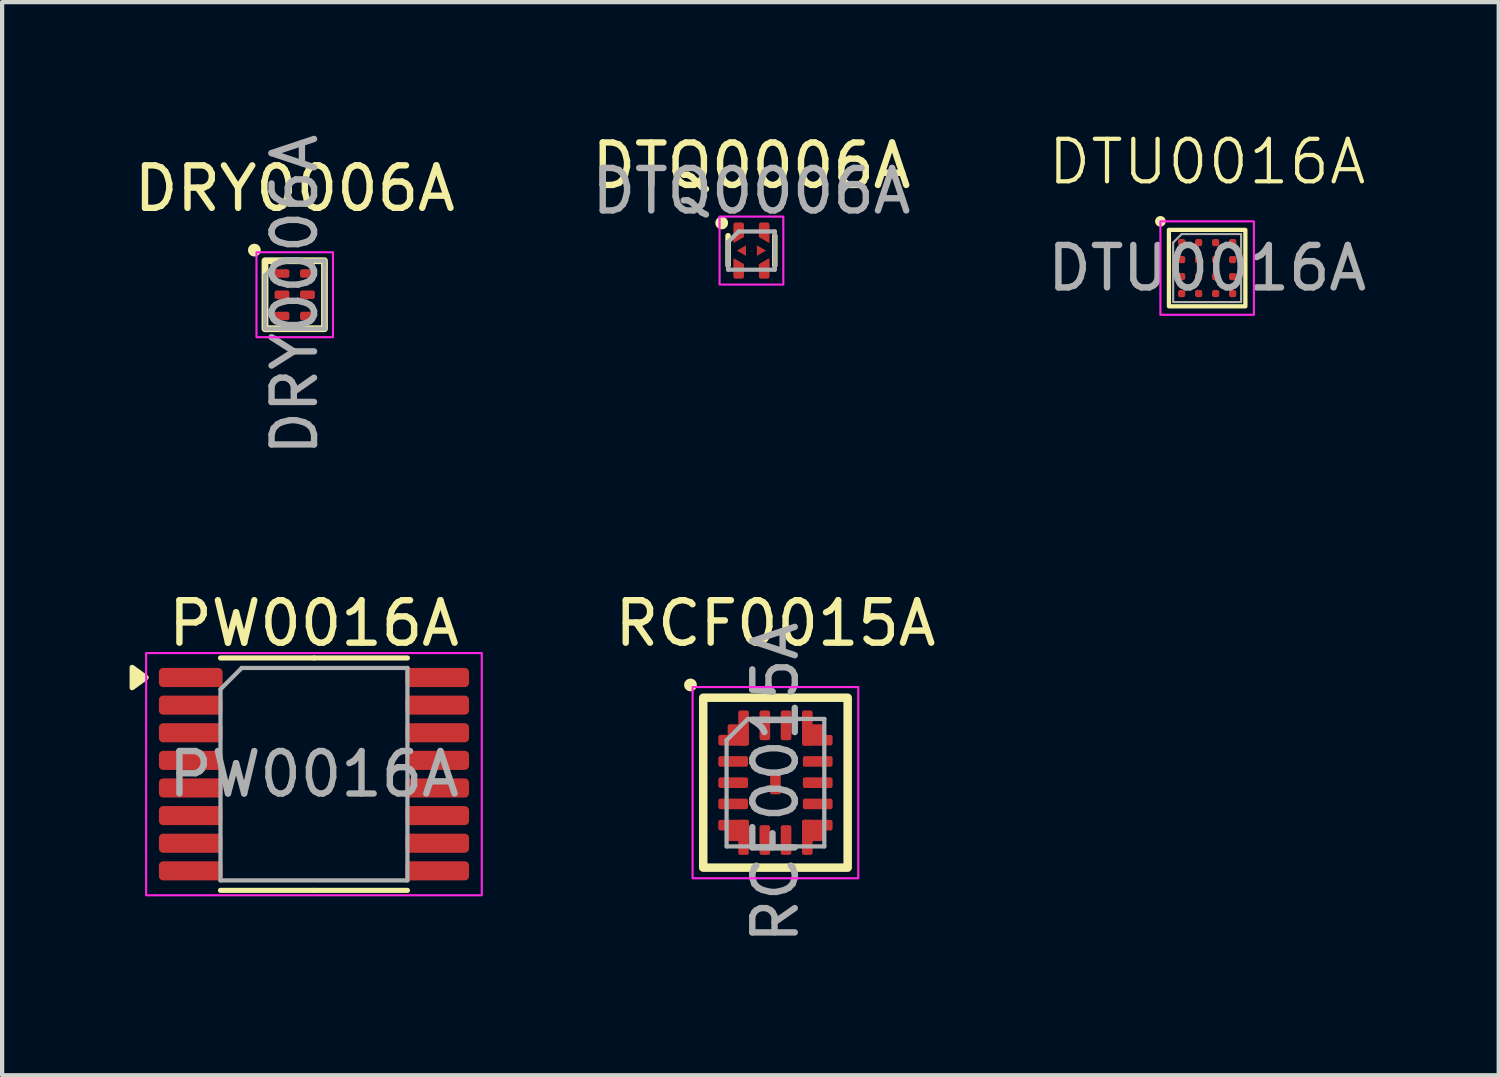
<source format=kicad_pcb>
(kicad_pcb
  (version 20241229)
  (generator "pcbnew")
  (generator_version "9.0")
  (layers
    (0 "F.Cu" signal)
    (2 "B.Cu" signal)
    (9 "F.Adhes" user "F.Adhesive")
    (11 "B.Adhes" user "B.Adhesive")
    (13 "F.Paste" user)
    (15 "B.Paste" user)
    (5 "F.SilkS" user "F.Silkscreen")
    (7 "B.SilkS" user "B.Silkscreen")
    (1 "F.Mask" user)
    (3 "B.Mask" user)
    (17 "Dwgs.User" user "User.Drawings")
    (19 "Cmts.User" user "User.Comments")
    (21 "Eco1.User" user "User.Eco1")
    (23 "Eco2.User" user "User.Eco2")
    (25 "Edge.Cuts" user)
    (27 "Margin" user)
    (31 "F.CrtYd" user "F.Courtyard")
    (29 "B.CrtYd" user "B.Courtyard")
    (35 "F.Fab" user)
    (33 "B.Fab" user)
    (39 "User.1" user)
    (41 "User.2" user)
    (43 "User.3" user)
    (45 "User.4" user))
  (footprint "RCF0015A"
    (layer "F.Cu")
    (at 15.202 15.372)
    (property "Reference" "RCF0015A" (at 0 -3.75 0) (unlocked yes) (layer "F.SilkS") (effects (font (size 1 1) (thickness 0.15))))
    (attr smd)
    (fp_rect (start -1.7 -2) (end 1.7 2) (stroke (width 0.2) (type default)) (fill no) (layer "F.SilkS"))
    (fp_circle (center -2 -2.3) (end -1.9 -2.3) (stroke (width 0.1) (type default)) (fill yes) (layer "F.SilkS"))
    (fp_rect (start -1.95 -2.25) (end 1.95 2.25) (stroke (width 0.05) (type default)) (fill no) (layer "F.CrtYd"))
    (fp_line (start -1.15 -1) (end -1.15 1.5) (stroke (width 0.1) (type default)) (layer "F.Fab"))
    (fp_line (start -1.15 1.5) (end 1.15 1.5) (stroke (width 0.1) (type default)) (layer "F.Fab"))
    (fp_line (start -0.65 -1.5) (end -1.15 -1) (stroke (width 0.1) (type default)) (layer "F.Fab"))
    (fp_line (start 1.15 -1.5) (end -0.65 -1.5) (stroke (width 0.1) (type default)) (layer "F.Fab"))
    (fp_line (start 1.15 1.5) (end 1.15 -1.5) (stroke (width 0.1) (type default)) (layer "F.Fab"))
    (fp_text user "${REFERENCE}" (at 0 0 90) (unlocked yes) (layer "F.Fab") (effects (font (size 1 1) (thickness 0.15))))
    (pad "1" smd roundrect (at -0.985 -1) (size 0.72 0.25) (layers "F.Cu" "F.Mask" "F.Paste") (roundrect_rratio 0.2))
    (pad "1" smd roundrect (at -0.875 -1.125 90) (size 0.5 0.5) (layers "F.Cu" "F.Mask" "F.Paste") (roundrect_rratio 0.1))
    (pad "1" smd roundrect (at -0.75 -1.287 90) (size 0.825 0.25) (layers "F.Cu" "F.Mask" "F.Paste") (roundrect_rratio 0.2))
    (pad "2" smd roundrect (at -0.995 -0.5) (size 0.7 0.25) (layers "F.Cu" "F.Mask" "F.Paste") (roundrect_rratio 0.2))
    (pad "3" smd roundrect (at -0.995 0) (size 0.7 0.25) (layers "F.Cu" "F.Mask" "F.Paste") (roundrect_rratio 0.2))
    (pad "4" smd roundrect (at -0.995 0.5) (size 0.7 0.25) (layers "F.Cu" "F.Mask" "F.Paste") (roundrect_rratio 0.2))
    (pad "5" smd roundrect (at -0.985 1) (size 0.72 0.25) (layers "F.Cu" "F.Mask" "F.Paste") (roundrect_rratio 0.2))
    (pad "5" smd roundrect (at -0.875 1.125 270) (size 0.5 0.5) (layers "F.Cu" "F.Mask" "F.Paste") (roundrect_rratio 0.1))
    (pad "5" smd roundrect (at -0.75 1.287 270) (size 0.825 0.25) (layers "F.Cu" "F.Mask" "F.Paste") (roundrect_rratio 0.2))
    (pad "6" smd roundrect (at -0.25 1.35 90) (size 0.7 0.25) (layers "F.Cu" "F.Mask" "F.Paste") (roundrect_rratio 0.2))
    (pad "7" smd roundrect (at 0.25 1.35 90) (size 0.7 0.25) (layers "F.Cu" "F.Mask" "F.Paste") (roundrect_rratio 0.2))
    (pad "8" smd roundrect (at 0.75 1.287 90) (size 0.825 0.25) (layers "F.Cu" "F.Mask" "F.Paste") (roundrect_rratio 0.2))
    (pad "8" smd roundrect (at 0.875 1.125 90) (size 0.5 0.5) (layers "F.Cu" "F.Mask" "F.Paste") (roundrect_rratio 0.1))
    (pad "8" smd roundrect (at 0.985 1) (size 0.72 0.25) (layers "F.Cu" "F.Mask" "F.Paste") (roundrect_rratio 0.2))
    (pad "9" smd roundrect (at 0.995 0.5) (size 0.7 0.25) (layers "F.Cu" "F.Mask" "F.Paste") (roundrect_rratio 0.2))
    (pad "10" smd roundrect (at 0.995 0) (size 0.7 0.25) (layers "F.Cu" "F.Mask" "F.Paste") (roundrect_rratio 0.2))
    (pad "11" smd roundrect (at 0.995 -0.5) (size 0.7 0.25) (layers "F.Cu" "F.Mask" "F.Paste") (roundrect_rratio 0.2))
    (pad "12" smd roundrect (at 0.75 -1.287 270) (size 0.825 0.25) (layers "F.Cu" "F.Mask" "F.Paste") (roundrect_rratio 0.2))
    (pad "12" smd roundrect (at 0.875 -1.125 270) (size 0.5 0.5) (layers "F.Cu" "F.Mask" "F.Paste") (roundrect_rratio 0.1))
    (pad "12" smd roundrect (at 0.985 -1) (size 0.72 0.25) (layers "F.Cu" "F.Mask" "F.Paste") (roundrect_rratio 0.2))
    (pad "13" smd roundrect (at 0.25 -1.349 90) (size 0.7 0.25) (layers "F.Cu" "F.Mask" "F.Paste") (roundrect_rratio 0.2))
    (pad "14" smd roundrect (at -0.25 -1.349 90) (size 0.7 0.25) (layers "F.Cu" "F.Mask" "F.Paste") (roundrect_rratio 0.2))
    (pad "15" smd roundrect (at 0 0) (size 0.25 0.55) (layers "F.Cu" "F.Mask" "F.Paste") (roundrect_rratio 0.15)))
  (footprint "DTQ0006A"
    (layer "F.Cu")
    (at 14.637 2.848)
    (property "Reference" "DTQ0006A" (at 0 -2 0) (unlocked yes) (layer "F.SilkS") (effects (font (size 1 1) (thickness 0.15))))
    (attr smd)
    (fp_line (start -0.55 -0.35) (end -0.55 0.35) (stroke (width 0.13) (type default)) (layer "F.SilkS"))
    (fp_line (start 0.55 -0.35) (end 0.55 0.35) (stroke (width 0.13) (type default)) (layer "F.SilkS"))
    (fp_circle (center -0.7 -0.65) (end -0.6 -0.65) (stroke (width 0.1) (type default)) (fill yes) (layer "F.SilkS"))
    (fp_rect (start -0.75 -0.8) (end 0.75 0.8) (stroke (width 0.05) (type default)) (fill no) (layer "F.CrtYd"))
    (fp_line (start -0.55 -0.2) (end -0.3 -0.45) (stroke (width 0.1) (type default)) (layer "F.Fab"))
    (fp_line (start -0.55 0.45) (end -0.55 -0.2) (stroke (width 0.1) (type default)) (layer "F.Fab"))
    (fp_line (start -0.3 -0.45) (end 0.55 -0.45) (stroke (width 0.1) (type default)) (layer "F.Fab"))
    (fp_line (start 0.55 -0.45) (end 0.55 0.45) (stroke (width 0.1) (type default)) (layer "F.Fab"))
    (fp_line (start 0.55 0.45) (end -0.55 0.45) (stroke (width 0.1) (type default)) (layer "F.Fab"))
    (fp_text user "${REFERENCE}" (at 0 -1.4 0) (unlocked yes) (layer "F.Fab") (effects (font (size 1 1) (thickness 0.15))))
    (pad "1" smd custom (at -0.3 -0.5) (size 0.25 0.25) (layers "F.Cu" "F.Mask" "F.Paste") (options (anchor circle)) (primitives (gr_poly (pts (xy 0.125 -0.111) (xy 0.121 -0.13) (xy 0.11 -0.146) (xy 0.094 -0.157) (xy 0.075 -0.161) (xy -0.075 -0.161) (xy -0.094 -0.157) (xy -0.11 -0.146) (xy -0.121 -0.13) (xy -0.125 -0.111) (xy -0.125 0.111) (xy -0.121 0.13) (xy -0.11 0.146) (xy -0.094 0.157) (xy -0.075 0.161) (xy 0.075 0.161) (xy 0.094 0.157) (xy 0.11 0.146) (xy 0.121 0.13) (xy 0.125 0.111)) (width 0) (fill yes)) (gr_poly (pts (xy -0.125 0.31) (xy -0.125 0.07) (xy 0.125 0.07) (xy 0.125 0.181) (xy -0.098 0.31)) (width 0) (fill yes))))
    (pad "2" smd custom (at -0.2 0 180) (size 0.1 0.1) (layers "F.Cu" "F.Mask" "F.Paste") (options (anchor circle)) (primitives (gr_poly (pts (xy 0.144 0) (xy -0.072 -0.125) (xy -0.072 0.125)) (width 0) (fill yes))))
    (pad "3" smd custom (at -0.3 0.5) (size 0.25 0.25) (layers "F.Cu" "F.Mask" "F.Paste") (options (anchor circle)) (primitives (gr_poly (pts (xy 0.125 0.111) (xy 0.121 0.13) (xy 0.11 0.146) (xy 0.094 0.157) (xy 0.075 0.161) (xy -0.075 0.161) (xy -0.094 0.157) (xy -0.11 0.146) (xy -0.121 0.13) (xy -0.125 0.111) (xy -0.125 -0.111) (xy -0.121 -0.13) (xy -0.11 -0.146) (xy -0.094 -0.157) (xy -0.075 -0.161) (xy 0.075 -0.161) (xy 0.094 -0.157) (xy 0.11 -0.146) (xy 0.121 -0.13) (xy 0.125 -0.111)) (width 0) (fill yes)) (gr_poly (pts (xy -0.125 -0.31) (xy -0.125 -0.07) (xy 0.125 -0.07) (xy 0.125 -0.181) (xy -0.098 -0.31)) (width 0) (fill yes))))
    (pad "4" smd custom (at 0.3 0.5) (size 0.25 0.25) (layers "F.Cu" "F.Mask" "F.Paste") (options (anchor circle)) (primitives (gr_poly (pts (xy -0.125 0.111) (xy -0.121 0.13) (xy -0.11 0.146) (xy -0.094 0.157) (xy -0.075 0.161) (xy 0.075 0.161) (xy 0.094 0.157) (xy 0.11 0.146) (xy 0.121 0.13) (xy 0.125 0.111) (xy 0.125 -0.111) (xy 0.121 -0.13) (xy 0.11 -0.146) (xy 0.094 -0.157) (xy 0.075 -0.161) (xy -0.075 -0.161) (xy -0.094 -0.157) (xy -0.11 -0.146) (xy -0.121 -0.13) (xy -0.125 -0.111)) (width 0) (fill yes)) (gr_poly (pts (xy 0.125 -0.31) (xy 0.125 -0.07) (xy -0.125 -0.07) (xy -0.125 -0.181) (xy 0.098 -0.31)) (width 0) (fill yes))))
    (pad "5" smd custom (at 0.2 0) (size 0.1 0.1) (layers "F.Cu" "F.Mask" "F.Paste") (options (anchor circle)) (primitives (gr_poly (pts (xy 0.144 0) (xy -0.072 -0.125) (xy -0.072 0.125)) (width 0) (fill yes))))
    (pad "6" smd custom (at 0.3 -0.5) (size 0.25 0.25) (layers "F.Cu" "F.Mask" "F.Paste") (options (anchor circle)) (primitives (gr_poly (pts (xy -0.125 -0.111) (xy -0.121 -0.13) (xy -0.11 -0.146) (xy -0.094 -0.157) (xy -0.075 -0.161) (xy 0.075 -0.161) (xy 0.094 -0.157) (xy 0.11 -0.146) (xy 0.121 -0.13) (xy 0.125 -0.111) (xy 0.125 0.111) (xy 0.121 0.13) (xy 0.11 0.146) (xy 0.094 0.157) (xy 0.075 0.161) (xy -0.075 0.161) (xy -0.094 0.157) (xy -0.11 0.146) (xy -0.121 0.13) (xy -0.125 0.111)) (width 0) (fill yes)) (gr_poly (pts (xy 0.125 0.31) (xy 0.125 0.07) (xy -0.125 0.07) (xy -0.125 0.181) (xy 0.098 0.31)) (width 0) (fill yes)))))
  (footprint "DTU0016A"
    (layer "F.Cu")
    (at 25.363 3.26)
    (property "Reference" "DTU0016A" (at 0 -2.5 0) (unlocked yes) (layer "F.SilkS") (effects (font (size 1 1) (thickness 0.1))))
    (attr smd)
    (fp_rect (start -0.9 -0.9) (end 0.9 0.9) (stroke (width 0.1) (type default)) (fill no) (layer "F.SilkS"))
    (fp_circle (center -1.1 -1.1) (end -1 -1.1) (stroke (width 0.05) (type solid)) (fill yes) (layer "F.SilkS"))
    (fp_rect (start -1.1 -1.1) (end 1.1 1.1) (stroke (width 0.05) (type default)) (fill no) (layer "F.CrtYd"))
    (fp_line (start -0.8 -0.6) (end -0.8 0.8) (stroke (width 0.05) (type default)) (layer "F.Fab"))
    (fp_line (start -0.8 0.8) (end 0.8 0.8) (stroke (width 0.05) (type default)) (layer "F.Fab"))
    (fp_line (start -0.6 -0.8) (end -0.8 -0.6) (stroke (width 0.05) (type default)) (layer "F.Fab"))
    (fp_line (start 0.8 -0.8) (end -0.6 -0.8) (stroke (width 0.05) (type default)) (layer "F.Fab"))
    (fp_line (start 0.8 0.8) (end 0.8 -0.8) (stroke (width 0.05) (type default)) (layer "F.Fab"))
    (fp_text user "${REFERENCE}" (at 0 0 0) (unlocked yes) (layer "F.Fab") (effects (font (size 1 1) (thickness 0.15))))
    (pad "A1" smd roundrect (at -0.6 -0.6) (size 0.17 0.17) (property pad_prop_heatsink) (layers "F.Cu" "F.Mask" "F.Paste") (roundrect_rratio 0.294))
    (pad "A2" smd roundrect (at -0.2 -0.6) (size 0.17 0.17) (property pad_prop_heatsink) (layers "F.Cu" "F.Mask" "F.Paste") (roundrect_rratio 0.294))
    (pad "A3" smd roundrect (at 0.2 -0.6) (size 0.17 0.17) (property pad_prop_heatsink) (layers "F.Cu" "F.Mask" "F.Paste") (roundrect_rratio 0.294))
    (pad "A4" smd roundrect (at 0.6 -0.6) (size 0.17 0.17) (property pad_prop_heatsink) (layers "F.Cu" "F.Mask" "F.Paste") (roundrect_rratio 0.294))
    (pad "B1" smd roundrect (at -0.6 -0.2) (size 0.17 0.17) (property pad_prop_heatsink) (layers "F.Cu" "F.Mask" "F.Paste") (roundrect_rratio 0.294))
    (pad "B2" smd roundrect (at -0.2 -0.2) (size 0.17 0.17) (property pad_prop_heatsink) (layers "F.Cu" "F.Mask" "F.Paste") (roundrect_rratio 0.294))
    (pad "B3" smd roundrect (at 0.2 -0.2) (size 0.17 0.17) (property pad_prop_heatsink) (layers "F.Cu" "F.Mask" "F.Paste") (roundrect_rratio 0.294))
    (pad "B4" smd roundrect (at 0.6 -0.2) (size 0.17 0.17) (property pad_prop_heatsink) (layers "F.Cu" "F.Mask" "F.Paste") (roundrect_rratio 0.294))
    (pad "C1" smd roundrect (at -0.6 0.2) (size 0.17 0.17) (property pad_prop_heatsink) (layers "F.Cu" "F.Mask" "F.Paste") (roundrect_rratio 0.294))
    (pad "C2" smd roundrect (at -0.2 0.2) (size 0.17 0.17) (property pad_prop_heatsink) (layers "F.Cu" "F.Mask" "F.Paste") (roundrect_rratio 0.294))
    (pad "C3" smd roundrect (at 0.2 0.2) (size 0.17 0.17) (property pad_prop_heatsink) (layers "F.Cu" "F.Mask" "F.Paste") (roundrect_rratio 0.294))
    (pad "C4" smd roundrect (at 0.6 0.2) (size 0.17 0.17) (property pad_prop_heatsink) (layers "F.Cu" "F.Mask" "F.Paste") (roundrect_rratio 0.294))
    (pad "D1" smd roundrect (at -0.6 0.6) (size 0.17 0.17) (property pad_prop_heatsink) (layers "F.Cu" "F.Mask" "F.Paste") (roundrect_rratio 0.294))
    (pad "D2" smd roundrect (at -0.2 0.6) (size 0.17 0.17) (property pad_prop_heatsink) (layers "F.Cu" "F.Mask" "F.Paste") (roundrect_rratio 0.294))
    (pad "D3" smd roundrect (at 0.2 0.6) (size 0.17 0.17) (property pad_prop_heatsink) (layers "F.Cu" "F.Mask" "F.Paste") (roundrect_rratio 0.294))
    (pad "D4" smd roundrect (at 0.6 0.6) (size 0.17 0.17) (property pad_prop_heatsink) (layers "F.Cu" "F.Mask" "F.Paste") (roundrect_rratio 0.294)))
  (footprint "DRY0006A"
    (layer "F.Cu")
    (at 3.887 3.887)
    (property "Reference" "DRY0006A" (at 0 -2.5 0) (unlocked yes) (layer "F.SilkS") (effects (font (size 1 1) (thickness 0.15))))
    (attr smd)
    (fp_rect (start -0.7 -0.8) (end 0.7 0.8) (stroke (width 0.16) (type default)) (fill no) (layer "F.SilkS"))
    (fp_circle (center -0.95 -1.05) (end -0.85 -1.05) (stroke (width 0.1) (type default)) (fill yes) (layer "F.SilkS"))
    (fp_rect (start -0.9 -1) (end 0.9 1) (stroke (width 0.05) (type default)) (fill no) (layer "F.CrtYd"))
    (fp_line (start -0.7 -0.45) (end -0.7 0.8) (stroke (width 0.1) (type default)) (layer "F.Fab"))
    (fp_line (start -0.7 0.8) (end 0.7 0.8) (stroke (width 0.1) (type default)) (layer "F.Fab"))
    (fp_line (start -0.35 -0.8) (end -0.7 -0.45) (stroke (width 0.1) (type default)) (layer "F.Fab"))
    (fp_line (start 0.7 -0.8) (end -0.35 -0.8) (stroke (width 0.1) (type default)) (layer "F.Fab"))
    (fp_line (start 0.7 0.8) (end 0.7 -0.8) (stroke (width 0.1) (type default)) (layer "F.Fab"))
    (fp_text user "${REFERENCE}" (at 0 0 90) (unlocked yes) (layer "F.Fab") (effects (font (size 1 1) (thickness 0.15))))
    (pad "1" smd roundrect (at -0.3 -0.5) (size 0.35 0.2) (layers "F.Cu" "F.Mask" "F.Paste") (roundrect_rratio 0.25))
    (pad "2" smd roundrect (at -0.3 0) (size 0.35 0.2) (layers "F.Cu" "F.Mask" "F.Paste") (roundrect_rratio 0.25))
    (pad "3" smd roundrect (at -0.3 0.5) (size 0.35 0.2) (layers "F.Cu" "F.Mask" "F.Paste") (roundrect_rratio 0.25))
    (pad "4" smd roundrect (at 0.3 0.5) (size 0.35 0.2) (layers "F.Cu" "F.Mask" "F.Paste") (roundrect_rratio 0.25))
    (pad "5" smd roundrect (at 0.3 0) (size 0.35 0.2) (layers "F.Cu" "F.Mask" "F.Paste") (roundrect_rratio 0.25))
    (pad "6" smd roundrect (at 0.3 -0.5) (size 0.35 0.2) (layers "F.Cu" "F.Mask" "F.Paste") (roundrect_rratio 0.25)))
  (footprint "PW0016A"
    (layer "F.Cu")
    (at 4.34 15.172)
    (property "Reference" "PW0016A" (at 0 -3.55 0) (layer "F.SilkS") (effects (font (size 1 1) (thickness 0.15))))
    (attr smd)
    (fp_line (start 0 -2.735) (end -2.2 -2.735) (stroke (width 0.12) (type solid)) (layer "F.SilkS"))
    (fp_line (start 0 -2.735) (end 2.2 -2.735) (stroke (width 0.12) (type solid)) (layer "F.SilkS"))
    (fp_line (start 0 2.735) (end -2.2 2.735) (stroke (width 0.12) (type solid)) (layer "F.SilkS"))
    (fp_line (start 0 2.735) (end 2.2 2.735) (stroke (width 0.12) (type solid)) (layer "F.SilkS"))
    (fp_poly (pts (xy -3.95 -2.275) (xy -4.28 -2.035) (xy -4.28 -2.515)) (stroke (width 0.12) (type solid)) (fill yes) (layer "F.SilkS"))
    (fp_rect (start -3.95 -2.85) (end 3.95 2.85) (stroke (width 0.05) (type default)) (fill no) (layer "F.CrtYd"))
    (fp_line (start -2.2 -2) (end -1.7 -2.5) (stroke (width 0.1) (type solid)) (layer "F.Fab"))
    (fp_line (start -2.2 2.5) (end -2.2 -2) (stroke (width 0.1) (type solid)) (layer "F.Fab"))
    (fp_line (start -1.7 -2.5) (end 2.2 -2.5) (stroke (width 0.1) (type solid)) (layer "F.Fab"))
    (fp_line (start 2.2 -2.5) (end 2.2 2.5) (stroke (width 0.1) (type solid)) (layer "F.Fab"))
    (fp_line (start 2.2 2.5) (end -2.2 2.5) (stroke (width 0.1) (type solid)) (layer "F.Fab"))
    (fp_text user "${REFERENCE}" (at 0 0 0) (layer "F.Fab") (effects (font (size 1 1) (thickness 0.15))))
    (pad "1" smd roundrect (at -2.9 -2.275) (size 1.5 0.45) (layers "F.Cu" "F.Mask" "F.Paste") (roundrect_rratio 0.222))
    (pad "2" smd roundrect (at -2.9 -1.625) (size 1.5 0.45) (layers "F.Cu" "F.Mask" "F.Paste") (roundrect_rratio 0.222))
    (pad "3" smd roundrect (at -2.9 -0.975) (size 1.5 0.45) (layers "F.Cu" "F.Mask" "F.Paste") (roundrect_rratio 0.222))
    (pad "4" smd roundrect (at -2.9 -0.325) (size 1.5 0.45) (layers "F.Cu" "F.Mask" "F.Paste") (roundrect_rratio 0.222))
    (pad "5" smd roundrect (at -2.9 0.325) (size 1.5 0.45) (layers "F.Cu" "F.Mask" "F.Paste") (roundrect_rratio 0.222))
    (pad "6" smd roundrect (at -2.9 0.975) (size 1.5 0.45) (layers "F.Cu" "F.Mask" "F.Paste") (roundrect_rratio 0.222))
    (pad "7" smd roundrect (at -2.9 1.625) (size 1.5 0.45) (layers "F.Cu" "F.Mask" "F.Paste") (roundrect_rratio 0.222))
    (pad "8" smd roundrect (at -2.9 2.275) (size 1.5 0.45) (layers "F.Cu" "F.Mask" "F.Paste") (roundrect_rratio 0.222))
    (pad "9" smd roundrect (at 2.9 2.275) (size 1.5 0.45) (layers "F.Cu" "F.Mask" "F.Paste") (roundrect_rratio 0.222))
    (pad "10" smd roundrect (at 2.9 1.625) (size 1.5 0.45) (layers "F.Cu" "F.Mask" "F.Paste") (roundrect_rratio 0.222))
    (pad "11" smd roundrect (at 2.9 0.975) (size 1.5 0.45) (layers "F.Cu" "F.Mask" "F.Paste") (roundrect_rratio 0.222))
    (pad "12" smd roundrect (at 2.9 0.325) (size 1.5 0.45) (layers "F.Cu" "F.Mask" "F.Paste") (roundrect_rratio 0.222))
    (pad "13" smd roundrect (at 2.9 -0.325) (size 1.5 0.45) (layers "F.Cu" "F.Mask" "F.Paste") (roundrect_rratio 0.222))
    (pad "14" smd roundrect (at 2.9 -0.975) (size 1.5 0.45) (layers "F.Cu" "F.Mask" "F.Paste") (roundrect_rratio 0.222))
    (pad "15" smd roundrect (at 2.9 -1.625) (size 1.5 0.45) (layers "F.Cu" "F.Mask" "F.Paste") (roundrect_rratio 0.222))
    (pad "16" smd roundrect (at 2.9 -2.275) (size 1.5 0.45) (layers "F.Cu" "F.Mask" "F.Paste") (roundrect_rratio 0.222)))
  (gr_rect
    (start -3 -3)
    (end 32.226 22.259)
    (stroke (width 0.1) (type default))
    (fill no)
    (layer "Edge.Cuts")))
</source>
